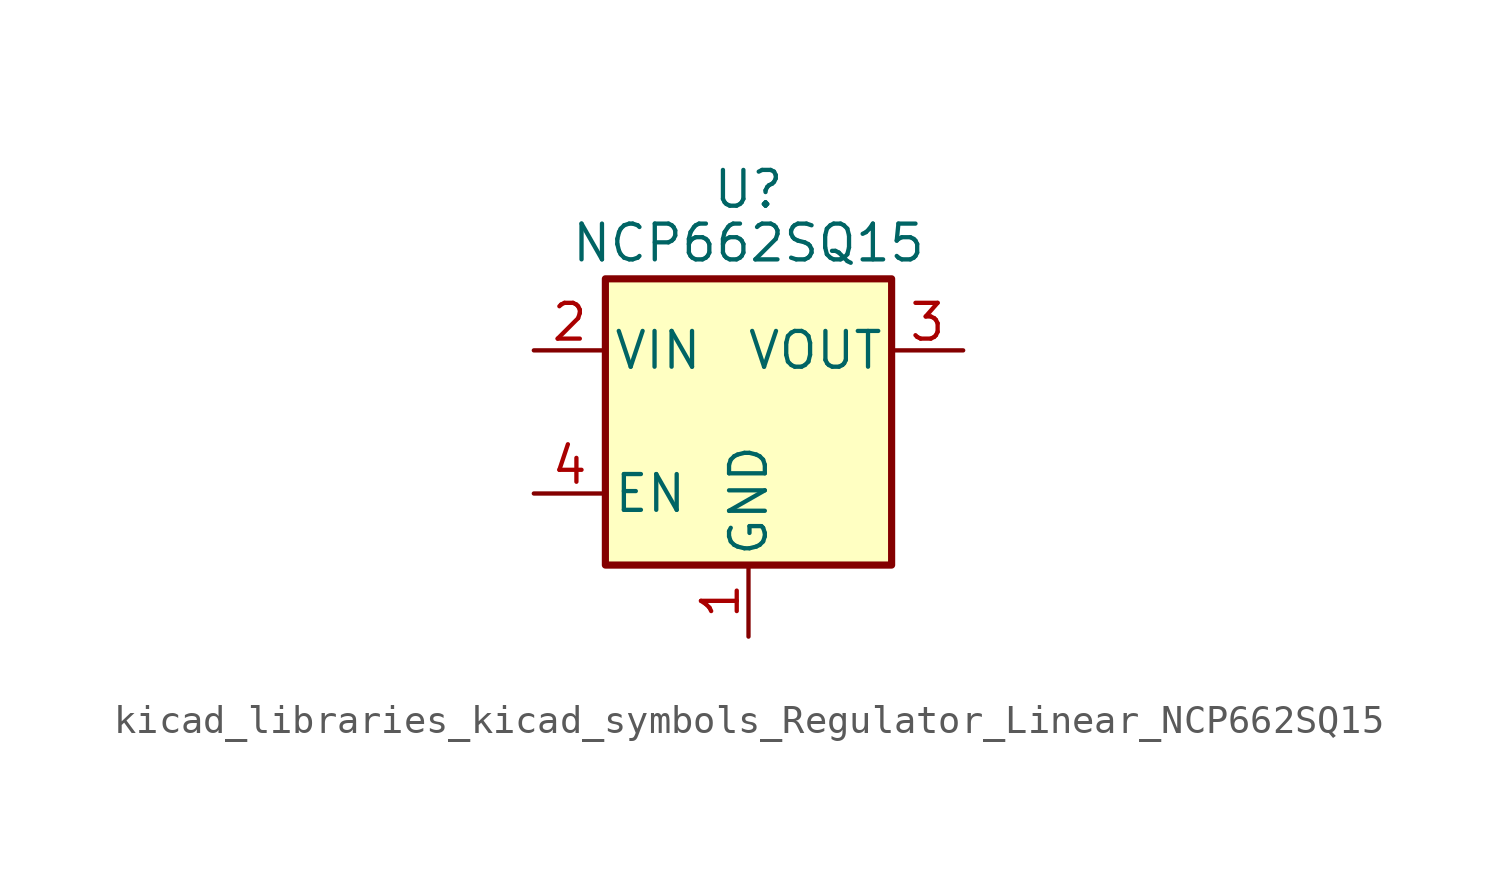
<source format=kicad_sym>
(kicad_symbol_lib
  (version 20220914)
  (generator kicad_symbol_editor)
  (symbol "kicad_libraries_kicad_symbols_Regulator_Linear_NCP662SQ15"
    (pin_names
      (offset 0.254))
    (property "Reference" "U"
      (at 0 8.255 0)
      (effects (font (size 1.27 1.27))))
    (property "Value" "NCP662SQ15"
      (at 0 6.35 0)
      (effects (font (size 1.27 1.27))))
    (symbol "kicad_libraries_kicad_symbols_Regulator_Linear_NCP662SQ15_0_1"
      (rectangle (start -5.08 5.08) (end 5.08 -5.08) (stroke (width 0.254) (type default)) (fill (type background))))
    (symbol "kicad_libraries_kicad_symbols_Regulator_Linear_NCP662SQ15_1_1"
      (pin power_in line (at 0 -7.62 90) (length 2.54) (name "GND" (effects (font (size 1.27 1.27)))) (number "1" (effects (font (size 1.27 1.27)))))
      (pin power_in line (at -7.62 2.54 0) (length 2.54) (name "VIN" (effects (font (size 1.27 1.27)))) (number "2" (effects (font (size 1.27 1.27)))))
      (pin power_out line (at 7.62 2.54 180) (length 2.54) (name "VOUT" (effects (font (size 1.27 1.27)))) (number "3" (effects (font (size 1.27 1.27)))))
      (pin input line (at -7.62 -2.54 0) (length 2.54) (name "EN" (effects (font (size 1.27 1.27)))) (number "4" (effects (font (size 1.27 1.27))))))))
</source>
